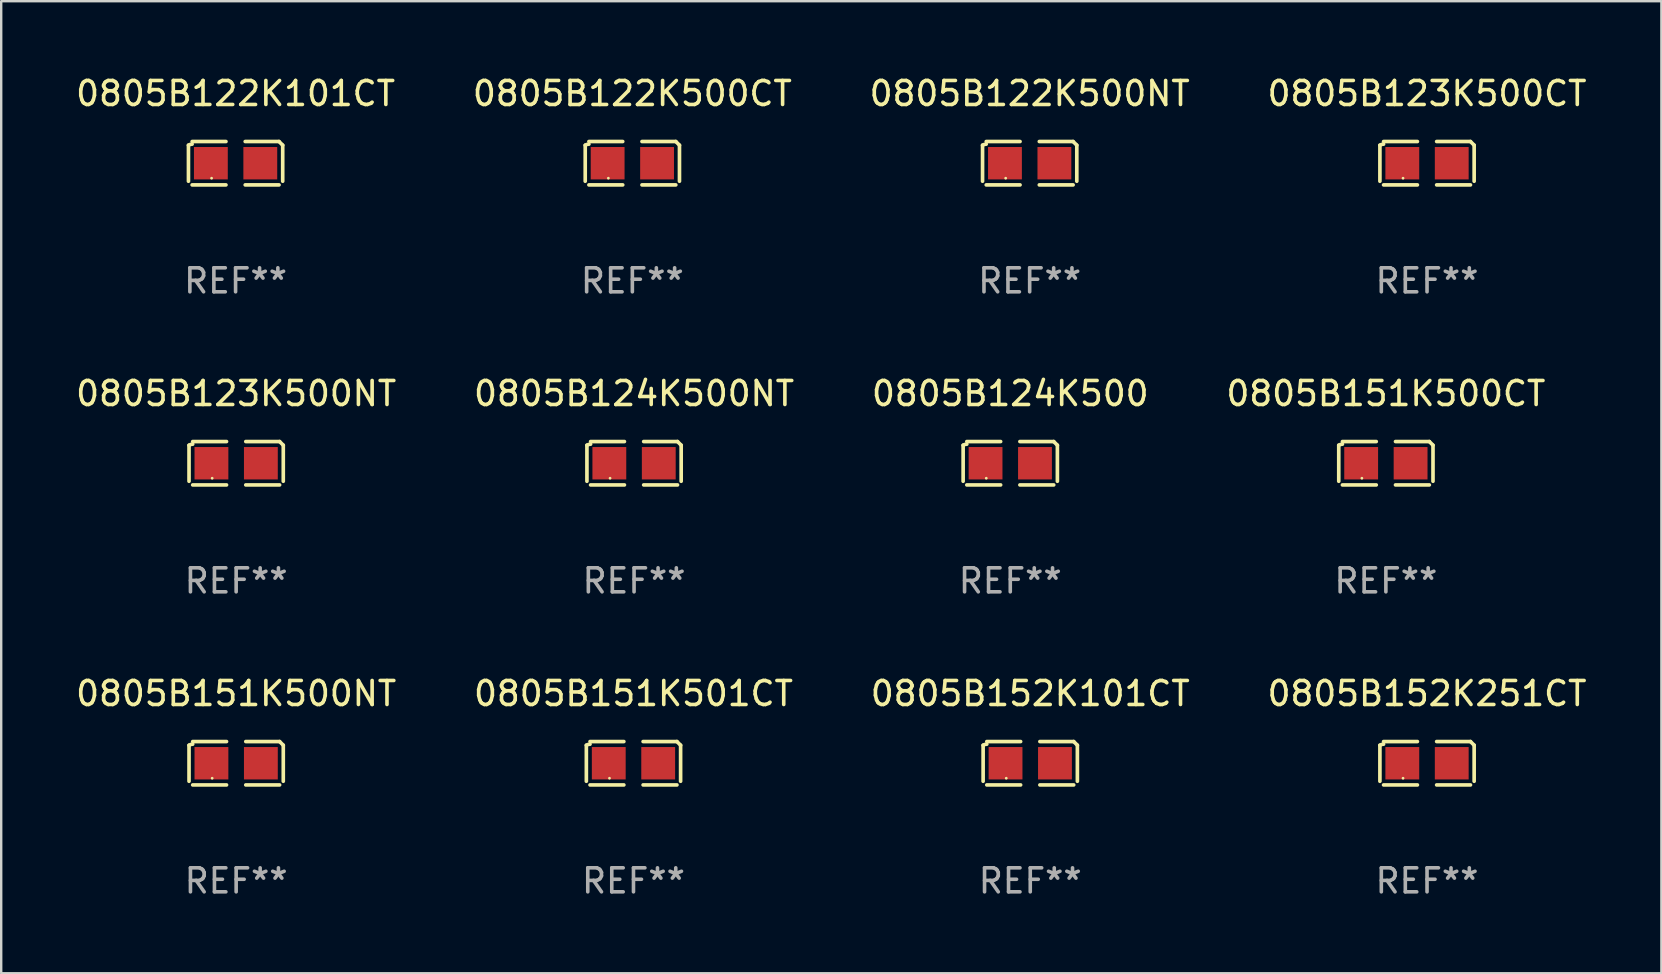
<source format=kicad_pcb>
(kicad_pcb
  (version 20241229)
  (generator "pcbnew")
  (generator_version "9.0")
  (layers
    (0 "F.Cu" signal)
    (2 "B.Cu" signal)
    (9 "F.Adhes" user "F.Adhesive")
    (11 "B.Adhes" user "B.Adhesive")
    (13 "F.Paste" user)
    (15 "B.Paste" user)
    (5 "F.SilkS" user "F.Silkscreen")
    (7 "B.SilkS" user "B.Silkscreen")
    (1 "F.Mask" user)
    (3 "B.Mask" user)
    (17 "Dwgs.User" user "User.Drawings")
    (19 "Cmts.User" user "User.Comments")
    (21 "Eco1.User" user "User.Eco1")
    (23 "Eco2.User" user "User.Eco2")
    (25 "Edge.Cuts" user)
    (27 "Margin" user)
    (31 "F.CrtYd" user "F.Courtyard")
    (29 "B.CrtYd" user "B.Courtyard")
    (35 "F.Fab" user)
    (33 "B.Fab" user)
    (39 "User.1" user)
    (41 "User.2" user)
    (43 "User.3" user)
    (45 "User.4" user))
  (footprint "0805B122K101CT"
    (layer "F.Cu")
    (at 6.768 3.752)
    (property "Reference" "0805B122K101CT" (at 0 -2.904 0) (layer "F.SilkS") (effects (font (size 1 1) (thickness 0.15))))
    (attr through_hole)
    (fp_line (start -1.964 0.751) (end -1.964 -0.751) (stroke (width 0.152) (type solid)) (layer "F.SilkS"))
    (fp_line (start -1.811 -0.904) (end -0.401 -0.904) (stroke (width 0.152) (type solid)) (layer "F.SilkS"))
    (fp_line (start -0.401 0.904) (end -1.811 0.904) (stroke (width 0.152) (type solid)) (layer "F.SilkS"))
    (fp_line (start 0.401 0.904) (end 1.811 0.904) (stroke (width 0.152) (type solid)) (layer "F.SilkS"))
    (fp_line (start 1.811 -0.904) (end 0.401 -0.904) (stroke (width 0.152) (type solid)) (layer "F.SilkS"))
    (fp_line (start 1.964 0.751) (end 1.964 -0.751) (stroke (width 0.152) (type solid)) (layer "F.SilkS"))
    (fp_arc (start -1.963602 -0.751207) (mid -1.890354 -0.783131) (end -1.811201 -0.794044) (stroke (width 0.1524) (type solid)) (layer "F.SilkS"))
    (fp_arc (start 1.811202 -0.903607) (mid 1.887413 -0.827418) (end 1.963602 -0.751207) (stroke (width 0.1524) (type solid)) (layer "F.SilkS"))
    (fp_circle (center -1 0.625) (end -0.97 0.625) (stroke (width 0.06) (type solid)) (fill no) (layer "F.SilkS"))
    (fp_text user "REF**" (at 0 4.904 0) (layer "F.Fab") (effects (font (size 1 1) (thickness 0.15))))
    (pad "1" smd rect (at -1.03 0) (size 1.41 1.35) (layers "F.Cu" "F.Mask" "F.Paste"))
    (pad "2" smd rect (at 1.03 0) (size 1.41 1.35) (layers "F.Cu" "F.Mask" "F.Paste")))
  (footprint "0805B124K500"
    (layer "F.Cu")
    (at 39.054 16.256)
    (property "Reference" "0805B124K500" (at 0 -2.904 0) (layer "F.SilkS") (effects (font (size 1 1) (thickness 0.15))))
    (attr through_hole)
    (fp_line (start -1.964 0.751) (end -1.964 -0.751) (stroke (width 0.152) (type solid)) (layer "F.SilkS"))
    (fp_line (start -1.811 -0.904) (end -0.401 -0.904) (stroke (width 0.152) (type solid)) (layer "F.SilkS"))
    (fp_line (start -0.401 0.904) (end -1.811 0.904) (stroke (width 0.152) (type solid)) (layer "F.SilkS"))
    (fp_line (start 0.401 0.904) (end 1.811 0.904) (stroke (width 0.152) (type solid)) (layer "F.SilkS"))
    (fp_line (start 1.811 -0.904) (end 0.401 -0.904) (stroke (width 0.152) (type solid)) (layer "F.SilkS"))
    (fp_line (start 1.964 0.751) (end 1.964 -0.751) (stroke (width 0.152) (type solid)) (layer "F.SilkS"))
    (fp_arc (start -1.963602 -0.751207) (mid -1.890354 -0.783131) (end -1.811201 -0.794044) (stroke (width 0.1524) (type solid)) (layer "F.SilkS"))
    (fp_arc (start 1.811202 -0.903607) (mid 1.887413 -0.827418) (end 1.963602 -0.751207) (stroke (width 0.1524) (type solid)) (layer "F.SilkS"))
    (fp_circle (center -1 0.625) (end -0.97 0.625) (stroke (width 0.06) (type solid)) (fill no) (layer "F.SilkS"))
    (fp_text user "REF**" (at 0 4.904 0) (layer "F.Fab") (effects (font (size 1 1) (thickness 0.15))))
    (pad "1" smd rect (at -1.03 0) (size 1.41 1.35) (layers "F.Cu" "F.Mask" "F.Paste"))
    (pad "2" smd rect (at 1.03 0) (size 1.41 1.35) (layers "F.Cu" "F.Mask" "F.Paste")))
  (footprint "0805B122K500CT"
    (layer "F.Cu")
    (at 23.304 3.752)
    (property "Reference" "0805B122K500CT" (at 0 -2.904 0) (layer "F.SilkS") (effects (font (size 1 1) (thickness 0.15))))
    (attr through_hole)
    (fp_line (start -1.964 0.751) (end -1.964 -0.751) (stroke (width 0.152) (type solid)) (layer "F.SilkS"))
    (fp_line (start -1.811 -0.904) (end -0.401 -0.904) (stroke (width 0.152) (type solid)) (layer "F.SilkS"))
    (fp_line (start -0.401 0.904) (end -1.811 0.904) (stroke (width 0.152) (type solid)) (layer "F.SilkS"))
    (fp_line (start 0.401 0.904) (end 1.811 0.904) (stroke (width 0.152) (type solid)) (layer "F.SilkS"))
    (fp_line (start 1.811 -0.904) (end 0.401 -0.904) (stroke (width 0.152) (type solid)) (layer "F.SilkS"))
    (fp_line (start 1.964 0.751) (end 1.964 -0.751) (stroke (width 0.152) (type solid)) (layer "F.SilkS"))
    (fp_arc (start -1.963602 -0.751207) (mid -1.890354 -0.783131) (end -1.811201 -0.794044) (stroke (width 0.1524) (type solid)) (layer "F.SilkS"))
    (fp_arc (start 1.811202 -0.903607) (mid 1.887413 -0.827418) (end 1.963602 -0.751207) (stroke (width 0.1524) (type solid)) (layer "F.SilkS"))
    (fp_circle (center -1 0.625) (end -0.97 0.625) (stroke (width 0.06) (type solid)) (fill no) (layer "F.SilkS"))
    (fp_text user "REF**" (at 0 4.904 0) (layer "F.Fab") (effects (font (size 1 1) (thickness 0.15))))
    (pad "1" smd rect (at -1.03 0) (size 1.41 1.35) (layers "F.Cu" "F.Mask" "F.Paste"))
    (pad "2" smd rect (at 1.03 0) (size 1.41 1.35) (layers "F.Cu" "F.Mask" "F.Paste")))
  (footprint "0805B152K251CT"
    (layer "F.Cu")
    (at 56.423 28.759)
    (property "Reference" "0805B152K251CT" (at 0 -2.904 0) (layer "F.SilkS") (effects (font (size 1 1) (thickness 0.15))))
    (attr through_hole)
    (fp_line (start -1.964 0.751) (end -1.964 -0.751) (stroke (width 0.152) (type solid)) (layer "F.SilkS"))
    (fp_line (start -1.811 -0.904) (end -0.401 -0.904) (stroke (width 0.152) (type solid)) (layer "F.SilkS"))
    (fp_line (start -0.401 0.904) (end -1.811 0.904) (stroke (width 0.152) (type solid)) (layer "F.SilkS"))
    (fp_line (start 0.401 0.904) (end 1.811 0.904) (stroke (width 0.152) (type solid)) (layer "F.SilkS"))
    (fp_line (start 1.811 -0.904) (end 0.401 -0.904) (stroke (width 0.152) (type solid)) (layer "F.SilkS"))
    (fp_line (start 1.964 0.751) (end 1.964 -0.751) (stroke (width 0.152) (type solid)) (layer "F.SilkS"))
    (fp_arc (start -1.963602 -0.751207) (mid -1.890354 -0.783131) (end -1.811201 -0.794044) (stroke (width 0.1524) (type solid)) (layer "F.SilkS"))
    (fp_arc (start 1.811202 -0.903607) (mid 1.887413 -0.827418) (end 1.963602 -0.751207) (stroke (width 0.1524) (type solid)) (layer "F.SilkS"))
    (fp_circle (center -1 0.625) (end -0.97 0.625) (stroke (width 0.06) (type solid)) (fill no) (layer "F.SilkS"))
    (fp_text user "REF**" (at 0 4.904 0) (layer "F.Fab") (effects (font (size 1 1) (thickness 0.15))))
    (pad "1" smd rect (at -1.03 0) (size 1.41 1.35) (layers "F.Cu" "F.Mask" "F.Paste"))
    (pad "2" smd rect (at 1.03 0) (size 1.41 1.35) (layers "F.Cu" "F.Mask" "F.Paste")))
  (footprint "0805B124K500NT"
    (layer "F.Cu")
    (at 23.375 16.256)
    (property "Reference" "0805B124K500NT" (at 0 -2.904 0) (layer "F.SilkS") (effects (font (size 1 1) (thickness 0.15))))
    (attr through_hole)
    (fp_line (start -1.964 0.751) (end -1.964 -0.751) (stroke (width 0.152) (type solid)) (layer "F.SilkS"))
    (fp_line (start -1.811 -0.904) (end -0.401 -0.904) (stroke (width 0.152) (type solid)) (layer "F.SilkS"))
    (fp_line (start -0.401 0.904) (end -1.811 0.904) (stroke (width 0.152) (type solid)) (layer "F.SilkS"))
    (fp_line (start 0.401 0.904) (end 1.811 0.904) (stroke (width 0.152) (type solid)) (layer "F.SilkS"))
    (fp_line (start 1.811 -0.904) (end 0.401 -0.904) (stroke (width 0.152) (type solid)) (layer "F.SilkS"))
    (fp_line (start 1.964 0.751) (end 1.964 -0.751) (stroke (width 0.152) (type solid)) (layer "F.SilkS"))
    (fp_arc (start -1.963602 -0.751207) (mid -1.890354 -0.783131) (end -1.811201 -0.794044) (stroke (width 0.1524) (type solid)) (layer "F.SilkS"))
    (fp_arc (start 1.811202 -0.903607) (mid 1.887413 -0.827418) (end 1.963602 -0.751207) (stroke (width 0.1524) (type solid)) (layer "F.SilkS"))
    (fp_circle (center -1 0.625) (end -0.97 0.625) (stroke (width 0.06) (type solid)) (fill no) (layer "F.SilkS"))
    (fp_text user "REF**" (at 0 4.904 0) (layer "F.Fab") (effects (font (size 1 1) (thickness 0.15))))
    (pad "1" smd rect (at -1.03 0) (size 1.41 1.35) (layers "F.Cu" "F.Mask" "F.Paste"))
    (pad "2" smd rect (at 1.03 0) (size 1.41 1.35) (layers "F.Cu" "F.Mask" "F.Paste")))
  (footprint "0805B151K500NT"
    (layer "F.Cu")
    (at 6.792 28.759)
    (property "Reference" "0805B151K500NT" (at 0 -2.904 0) (layer "F.SilkS") (effects (font (size 1 1) (thickness 0.15))))
    (attr through_hole)
    (fp_line (start -1.964 0.751) (end -1.964 -0.751) (stroke (width 0.152) (type solid)) (layer "F.SilkS"))
    (fp_line (start -1.811 -0.904) (end -0.401 -0.904) (stroke (width 0.152) (type solid)) (layer "F.SilkS"))
    (fp_line (start -0.401 0.904) (end -1.811 0.904) (stroke (width 0.152) (type solid)) (layer "F.SilkS"))
    (fp_line (start 0.401 0.904) (end 1.811 0.904) (stroke (width 0.152) (type solid)) (layer "F.SilkS"))
    (fp_line (start 1.811 -0.904) (end 0.401 -0.904) (stroke (width 0.152) (type solid)) (layer "F.SilkS"))
    (fp_line (start 1.964 0.751) (end 1.964 -0.751) (stroke (width 0.152) (type solid)) (layer "F.SilkS"))
    (fp_arc (start -1.963602 -0.751207) (mid -1.890354 -0.783131) (end -1.811201 -0.794044) (stroke (width 0.1524) (type solid)) (layer "F.SilkS"))
    (fp_arc (start 1.811202 -0.903607) (mid 1.887413 -0.827418) (end 1.963602 -0.751207) (stroke (width 0.1524) (type solid)) (layer "F.SilkS"))
    (fp_circle (center -1 0.625) (end -0.97 0.625) (stroke (width 0.06) (type solid)) (fill no) (layer "F.SilkS"))
    (fp_text user "REF**" (at 0 4.904 0) (layer "F.Fab") (effects (font (size 1 1) (thickness 0.15))))
    (pad "1" smd rect (at -1.03 0) (size 1.41 1.35) (layers "F.Cu" "F.Mask" "F.Paste"))
    (pad "2" smd rect (at 1.03 0) (size 1.41 1.35) (layers "F.Cu" "F.Mask" "F.Paste")))
  (footprint "0805B123K500NT"
    (layer "F.Cu")
    (at 6.792 16.256)
    (property "Reference" "0805B123K500NT" (at 0 -2.904 0) (layer "F.SilkS") (effects (font (size 1 1) (thickness 0.15))))
    (attr through_hole)
    (fp_line (start -1.964 0.751) (end -1.964 -0.751) (stroke (width 0.152) (type solid)) (layer "F.SilkS"))
    (fp_line (start -1.811 -0.904) (end -0.401 -0.904) (stroke (width 0.152) (type solid)) (layer "F.SilkS"))
    (fp_line (start -0.401 0.904) (end -1.811 0.904) (stroke (width 0.152) (type solid)) (layer "F.SilkS"))
    (fp_line (start 0.401 0.904) (end 1.811 0.904) (stroke (width 0.152) (type solid)) (layer "F.SilkS"))
    (fp_line (start 1.811 -0.904) (end 0.401 -0.904) (stroke (width 0.152) (type solid)) (layer "F.SilkS"))
    (fp_line (start 1.964 0.751) (end 1.964 -0.751) (stroke (width 0.152) (type solid)) (layer "F.SilkS"))
    (fp_arc (start -1.963602 -0.751207) (mid -1.890354 -0.783131) (end -1.811201 -0.794044) (stroke (width 0.1524) (type solid)) (layer "F.SilkS"))
    (fp_arc (start 1.811202 -0.903607) (mid 1.887413 -0.827418) (end 1.963602 -0.751207) (stroke (width 0.1524) (type solid)) (layer "F.SilkS"))
    (fp_circle (center -1 0.625) (end -0.97 0.625) (stroke (width 0.06) (type solid)) (fill no) (layer "F.SilkS"))
    (fp_text user "REF**" (at 0 4.904 0) (layer "F.Fab") (effects (font (size 1 1) (thickness 0.15))))
    (pad "1" smd rect (at -1.03 0) (size 1.41 1.35) (layers "F.Cu" "F.Mask" "F.Paste"))
    (pad "2" smd rect (at 1.03 0) (size 1.41 1.35) (layers "F.Cu" "F.Mask" "F.Paste")))
  (footprint "0805B123K500CT"
    (layer "F.Cu")
    (at 56.423 3.752)
    (property "Reference" "0805B123K500CT" (at 0 -2.904 0) (layer "F.SilkS") (effects (font (size 1 1) (thickness 0.15))))
    (attr through_hole)
    (fp_line (start -1.964 0.751) (end -1.964 -0.751) (stroke (width 0.152) (type solid)) (layer "F.SilkS"))
    (fp_line (start -1.811 -0.904) (end -0.401 -0.904) (stroke (width 0.152) (type solid)) (layer "F.SilkS"))
    (fp_line (start -0.401 0.904) (end -1.811 0.904) (stroke (width 0.152) (type solid)) (layer "F.SilkS"))
    (fp_line (start 0.401 0.904) (end 1.811 0.904) (stroke (width 0.152) (type solid)) (layer "F.SilkS"))
    (fp_line (start 1.811 -0.904) (end 0.401 -0.904) (stroke (width 0.152) (type solid)) (layer "F.SilkS"))
    (fp_line (start 1.964 0.751) (end 1.964 -0.751) (stroke (width 0.152) (type solid)) (layer "F.SilkS"))
    (fp_arc (start -1.963602 -0.751207) (mid -1.890354 -0.783131) (end -1.811201 -0.794044) (stroke (width 0.1524) (type solid)) (layer "F.SilkS"))
    (fp_arc (start 1.811202 -0.903607) (mid 1.887413 -0.827418) (end 1.963602 -0.751207) (stroke (width 0.1524) (type solid)) (layer "F.SilkS"))
    (fp_circle (center -1 0.625) (end -0.97 0.625) (stroke (width 0.06) (type solid)) (fill no) (layer "F.SilkS"))
    (fp_text user "REF**" (at 0 4.904 0) (layer "F.Fab") (effects (font (size 1 1) (thickness 0.15))))
    (pad "1" smd rect (at -1.03 0) (size 1.41 1.35) (layers "F.Cu" "F.Mask" "F.Paste"))
    (pad "2" smd rect (at 1.03 0) (size 1.41 1.35) (layers "F.Cu" "F.Mask" "F.Paste")))
  (footprint "0805B151K501CT"
    (layer "F.Cu")
    (at 23.351 28.759)
    (property "Reference" "0805B151K501CT" (at 0 -2.904 0) (layer "F.SilkS") (effects (font (size 1 1) (thickness 0.15))))
    (attr through_hole)
    (fp_line (start -1.964 0.751) (end -1.964 -0.751) (stroke (width 0.152) (type solid)) (layer "F.SilkS"))
    (fp_line (start -1.811 -0.904) (end -0.401 -0.904) (stroke (width 0.152) (type solid)) (layer "F.SilkS"))
    (fp_line (start -0.401 0.904) (end -1.811 0.904) (stroke (width 0.152) (type solid)) (layer "F.SilkS"))
    (fp_line (start 0.401 0.904) (end 1.811 0.904) (stroke (width 0.152) (type solid)) (layer "F.SilkS"))
    (fp_line (start 1.811 -0.904) (end 0.401 -0.904) (stroke (width 0.152) (type solid)) (layer "F.SilkS"))
    (fp_line (start 1.964 0.751) (end 1.964 -0.751) (stroke (width 0.152) (type solid)) (layer "F.SilkS"))
    (fp_arc (start -1.963602 -0.751207) (mid -1.890354 -0.783131) (end -1.811201 -0.794044) (stroke (width 0.1524) (type solid)) (layer "F.SilkS"))
    (fp_arc (start 1.811202 -0.903607) (mid 1.887413 -0.827418) (end 1.963602 -0.751207) (stroke (width 0.1524) (type solid)) (layer "F.SilkS"))
    (fp_circle (center -1 0.625) (end -0.97 0.625) (stroke (width 0.06) (type solid)) (fill no) (layer "F.SilkS"))
    (fp_text user "REF**" (at 0 4.904 0) (layer "F.Fab") (effects (font (size 1 1) (thickness 0.15))))
    (pad "1" smd rect (at -1.03 0) (size 1.41 1.35) (layers "F.Cu" "F.Mask" "F.Paste"))
    (pad "2" smd rect (at 1.03 0) (size 1.41 1.35) (layers "F.Cu" "F.Mask" "F.Paste")))
  (footprint "0805B122K500NT"
    (layer "F.Cu")
    (at 39.863 3.752)
    (property "Reference" "0805B122K500NT" (at 0 -2.904 0) (layer "F.SilkS") (effects (font (size 1 1) (thickness 0.15))))
    (attr through_hole)
    (fp_line (start -1.964 0.751) (end -1.964 -0.751) (stroke (width 0.152) (type solid)) (layer "F.SilkS"))
    (fp_line (start -1.811 -0.904) (end -0.401 -0.904) (stroke (width 0.152) (type solid)) (layer "F.SilkS"))
    (fp_line (start -0.401 0.904) (end -1.811 0.904) (stroke (width 0.152) (type solid)) (layer "F.SilkS"))
    (fp_line (start 0.401 0.904) (end 1.811 0.904) (stroke (width 0.152) (type solid)) (layer "F.SilkS"))
    (fp_line (start 1.811 -0.904) (end 0.401 -0.904) (stroke (width 0.152) (type solid)) (layer "F.SilkS"))
    (fp_line (start 1.964 0.751) (end 1.964 -0.751) (stroke (width 0.152) (type solid)) (layer "F.SilkS"))
    (fp_arc (start -1.963602 -0.751207) (mid -1.890354 -0.783131) (end -1.811201 -0.794044) (stroke (width 0.1524) (type solid)) (layer "F.SilkS"))
    (fp_arc (start 1.811202 -0.903607) (mid 1.887413 -0.827418) (end 1.963602 -0.751207) (stroke (width 0.1524) (type solid)) (layer "F.SilkS"))
    (fp_circle (center -1 0.625) (end -0.97 0.625) (stroke (width 0.06) (type solid)) (fill no) (layer "F.SilkS"))
    (fp_text user "REF**" (at 0 4.904 0) (layer "F.Fab") (effects (font (size 1 1) (thickness 0.15))))
    (pad "1" smd rect (at -1.03 0) (size 1.41 1.35) (layers "F.Cu" "F.Mask" "F.Paste"))
    (pad "2" smd rect (at 1.03 0) (size 1.41 1.35) (layers "F.Cu" "F.Mask" "F.Paste")))
  (footprint "0805B152K101CT"
    (layer "F.Cu")
    (at 39.887 28.759)
    (property "Reference" "0805B152K101CT" (at 0 -2.904 0) (layer "F.SilkS") (effects (font (size 1 1) (thickness 0.15))))
    (attr through_hole)
    (fp_line (start -1.964 0.751) (end -1.964 -0.751) (stroke (width 0.152) (type solid)) (layer "F.SilkS"))
    (fp_line (start -1.811 -0.904) (end -0.401 -0.904) (stroke (width 0.152) (type solid)) (layer "F.SilkS"))
    (fp_line (start -0.401 0.904) (end -1.811 0.904) (stroke (width 0.152) (type solid)) (layer "F.SilkS"))
    (fp_line (start 0.401 0.904) (end 1.811 0.904) (stroke (width 0.152) (type solid)) (layer "F.SilkS"))
    (fp_line (start 1.811 -0.904) (end 0.401 -0.904) (stroke (width 0.152) (type solid)) (layer "F.SilkS"))
    (fp_line (start 1.964 0.751) (end 1.964 -0.751) (stroke (width 0.152) (type solid)) (layer "F.SilkS"))
    (fp_arc (start -1.963602 -0.751207) (mid -1.890354 -0.783131) (end -1.811201 -0.794044) (stroke (width 0.1524) (type solid)) (layer "F.SilkS"))
    (fp_arc (start 1.811202 -0.903607) (mid 1.887413 -0.827418) (end 1.963602 -0.751207) (stroke (width 0.1524) (type solid)) (layer "F.SilkS"))
    (fp_circle (center -1 0.625) (end -0.97 0.625) (stroke (width 0.06) (type solid)) (fill no) (layer "F.SilkS"))
    (fp_text user "REF**" (at 0 4.904 0) (layer "F.Fab") (effects (font (size 1 1) (thickness 0.15))))
    (pad "1" smd rect (at -1.03 0) (size 1.41 1.35) (layers "F.Cu" "F.Mask" "F.Paste"))
    (pad "2" smd rect (at 1.03 0) (size 1.41 1.35) (layers "F.Cu" "F.Mask" "F.Paste")))
  (footprint "0805B151K500CT"
    (layer "F.Cu")
    (at 54.708 16.256)
    (property "Reference" "0805B151K500CT" (at 0 -2.904 0) (layer "F.SilkS") (effects (font (size 1 1) (thickness 0.15))))
    (attr through_hole)
    (fp_line (start -1.964 0.751) (end -1.964 -0.751) (stroke (width 0.152) (type solid)) (layer "F.SilkS"))
    (fp_line (start -1.811 -0.904) (end -0.401 -0.904) (stroke (width 0.152) (type solid)) (layer "F.SilkS"))
    (fp_line (start -0.401 0.904) (end -1.811 0.904) (stroke (width 0.152) (type solid)) (layer "F.SilkS"))
    (fp_line (start 0.401 0.904) (end 1.811 0.904) (stroke (width 0.152) (type solid)) (layer "F.SilkS"))
    (fp_line (start 1.811 -0.904) (end 0.401 -0.904) (stroke (width 0.152) (type solid)) (layer "F.SilkS"))
    (fp_line (start 1.964 0.751) (end 1.964 -0.751) (stroke (width 0.152) (type solid)) (layer "F.SilkS"))
    (fp_arc (start -1.963602 -0.751207) (mid -1.890354 -0.783131) (end -1.811201 -0.794044) (stroke (width 0.1524) (type solid)) (layer "F.SilkS"))
    (fp_arc (start 1.811202 -0.903607) (mid 1.887413 -0.827418) (end 1.963602 -0.751207) (stroke (width 0.1524) (type solid)) (layer "F.SilkS"))
    (fp_circle (center -1 0.625) (end -0.97 0.625) (stroke (width 0.06) (type solid)) (fill no) (layer "F.SilkS"))
    (fp_text user "REF**" (at 0 4.904 0) (layer "F.Fab") (effects (font (size 1 1) (thickness 0.15))))
    (pad "1" smd rect (at -1.03 0) (size 1.41 1.35) (layers "F.Cu" "F.Mask" "F.Paste"))
    (pad "2" smd rect (at 1.03 0) (size 1.41 1.35) (layers "F.Cu" "F.Mask" "F.Paste")))
  (gr_rect
    (start -3 -3)
    (end 66.19 37.511)
    (stroke (width 0.1) (type default))
    (fill no)
    (layer "Edge.Cuts")))
</source>
